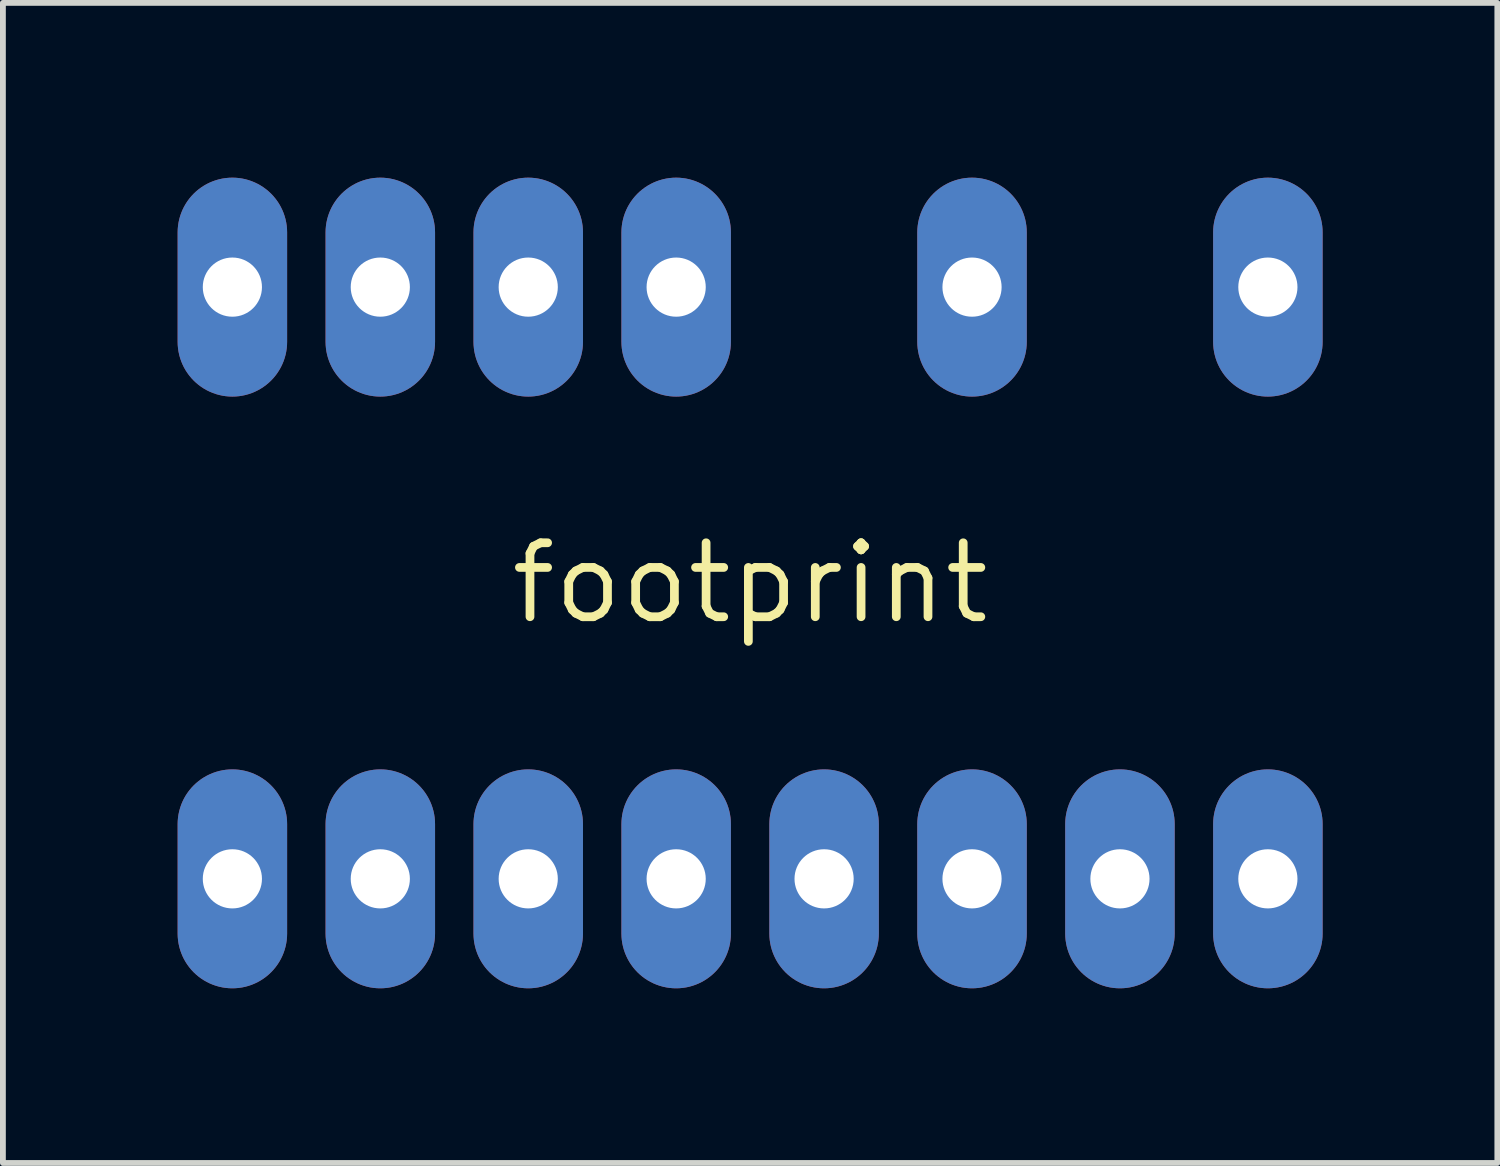
<source format=kicad_pcb>
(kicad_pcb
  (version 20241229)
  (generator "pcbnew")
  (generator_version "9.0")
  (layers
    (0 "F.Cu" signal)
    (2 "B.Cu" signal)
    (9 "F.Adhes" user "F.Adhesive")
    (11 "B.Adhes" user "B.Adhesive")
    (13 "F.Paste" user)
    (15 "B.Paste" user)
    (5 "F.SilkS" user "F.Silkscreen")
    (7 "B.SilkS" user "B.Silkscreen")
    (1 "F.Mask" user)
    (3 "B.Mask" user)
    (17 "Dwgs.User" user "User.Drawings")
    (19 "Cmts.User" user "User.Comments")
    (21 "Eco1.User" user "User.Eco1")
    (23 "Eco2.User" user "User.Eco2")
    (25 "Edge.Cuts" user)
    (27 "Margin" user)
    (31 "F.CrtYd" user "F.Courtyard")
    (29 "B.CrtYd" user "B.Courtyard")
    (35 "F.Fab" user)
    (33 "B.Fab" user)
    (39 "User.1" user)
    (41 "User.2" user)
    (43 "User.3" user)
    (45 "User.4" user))
  (footprint "footprint"
    (layer "F.Cu")
    (at 9.83 6.96)
    (property "Reference" "footprint" (at 0 0 0) (layer "F.SilkS") (effects (font (size 1.27 1.27) (thickness 0.15))))
    (pad "1" thru_hole oval (at -8.89 5.08 90) (size 3.759 1.88) (drill 1.016) (layers "*.Cu" "*.Mask"))
    (pad "2" thru_hole oval (at -6.35 5.08 90) (size 3.759 1.88) (drill 1.016) (layers "*.Cu" "*.Mask"))
    (pad "3" thru_hole oval (at -3.81 5.08 90) (size 3.759 1.88) (drill 1.016) (layers "*.Cu" "*.Mask"))
    (pad "4" thru_hole oval (at -1.27 5.08 90) (size 3.759 1.88) (drill 1.016) (layers "*.Cu" "*.Mask"))
    (pad "5" thru_hole oval (at 1.27 5.08 90) (size 3.759 1.88) (drill 1.016) (layers "*.Cu" "*.Mask"))
    (pad "6" thru_hole oval (at 3.81 5.08 90) (size 3.759 1.88) (drill 1.016) (layers "*.Cu" "*.Mask"))
    (pad "7" thru_hole oval (at 6.35 5.08 90) (size 3.759 1.88) (drill 1.016) (layers "*.Cu" "*.Mask"))
    (pad "8" thru_hole oval (at 8.89 5.08 90) (size 3.759 1.88) (drill 1.016) (layers "*.Cu" "*.Mask"))
    (pad "9" thru_hole oval (at 8.89 -5.08 90) (size 3.759 1.88) (drill 1.016) (layers "*.Cu" "*.Mask"))
    (pad "11" thru_hole oval (at 3.81 -5.08 90) (size 3.759 1.88) (drill 1.016) (layers "*.Cu" "*.Mask"))
    (pad "13" thru_hole oval (at -1.27 -5.08 90) (size 3.759 1.88) (drill 1.016) (layers "*.Cu" "*.Mask"))
    (pad "14" thru_hole oval (at -3.81 -5.08 90) (size 3.759 1.88) (drill 1.016) (layers "*.Cu" "*.Mask"))
    (pad "15" thru_hole oval (at -6.35 -5.08 90) (size 3.759 1.88) (drill 1.016) (layers "*.Cu" "*.Mask"))
    (pad "16" thru_hole oval (at -8.89 -5.08 90) (size 3.759 1.88) (drill 1.016) (layers "*.Cu" "*.Mask")))
  (gr_rect
    (start -3 -3)
    (end 22.66 16.919)
    (stroke (width 0.1) (type default))
    (fill no)
    (layer "Edge.Cuts")))
</source>
